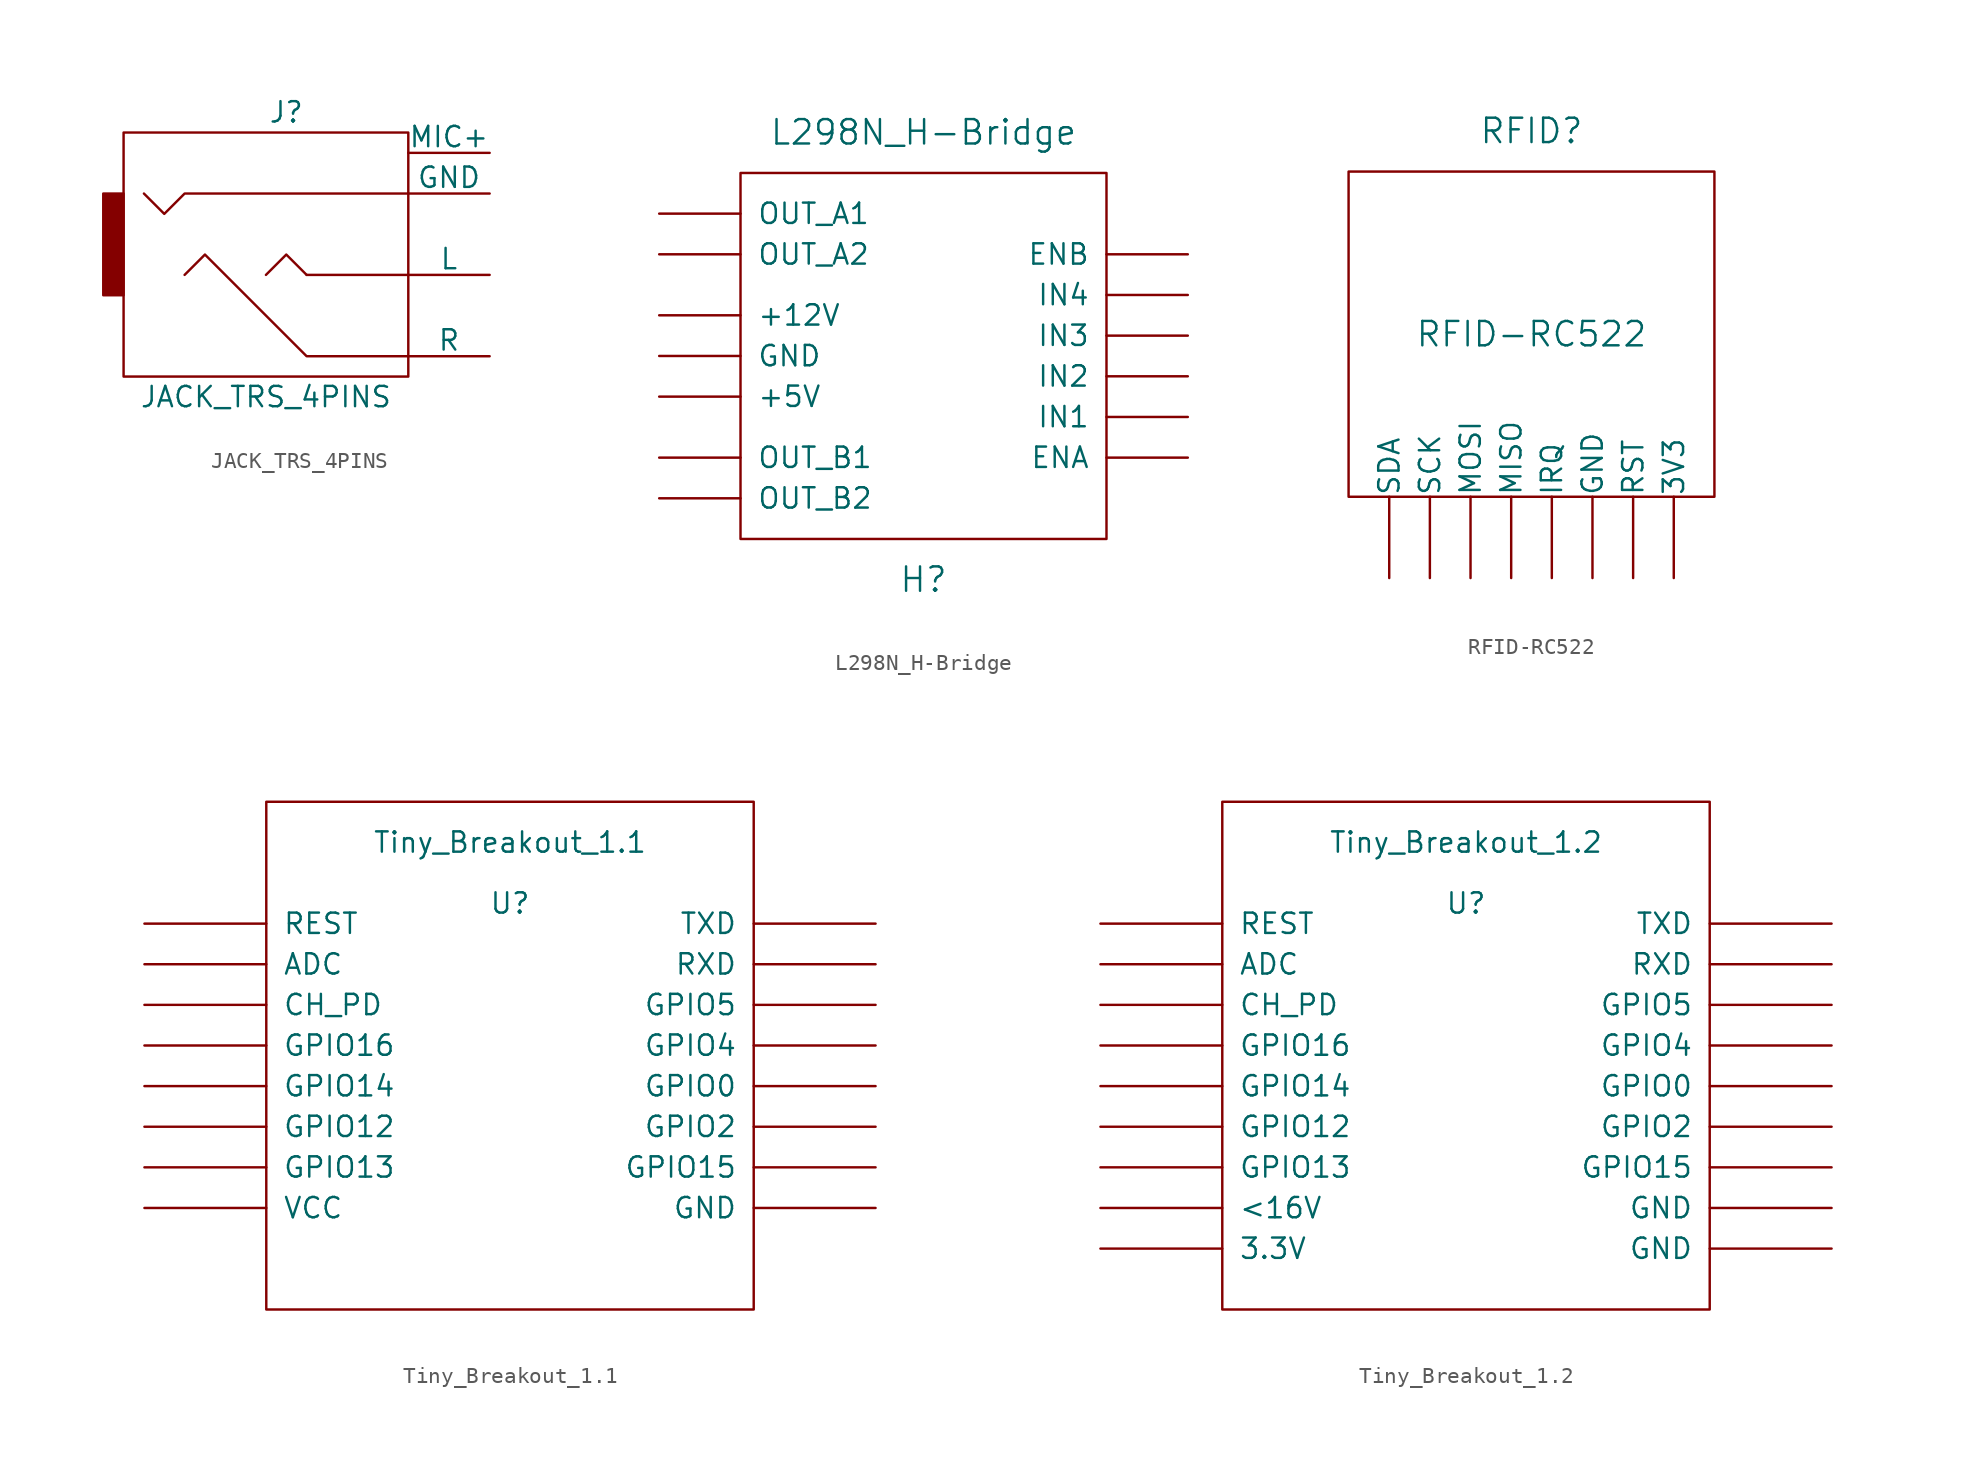
<source format=kicad_sym>
(kicad_symbol_lib
  (version 20231120)
  (generator "kicad_symbol_editor")
  (generator_version "8.0")
  (symbol "JACK_TRS_4PINS"
    (pin_numbers hide)
    (pin_names
      (offset 0))
    (property "Reference" "J"
      (at 0 10.16 0)
      (effects (font (size 1.27 1.27))))
    (property "Value" "JACK_TRS_4PINS"
      (at -1.27 -7.62 0)
      (effects (font (size 1.27 1.27))))
    (property "Footprint" ""
      (at 2.54 -3.81 0)
      (effects (font (size 1.27 1.27))))
    (property "Datasheet" ""
      (at 2.54 -3.81 0)
      (effects (font (size 1.27 1.27))))
    (symbol "JACK_TRS_4PINS_0_0"
      (polyline (pts (xy -8.89 5.08) (xy -7.62 3.81) (xy -6.35 5.08) (xy 7.62 5.08)) (stroke (width 0) (type solid)) (fill (type none)))
      (polyline (pts (xy -6.35 0) (xy -5.08 1.27) (xy 1.27 -5.08) (xy 7.62 -5.08)) (stroke (width 0) (type solid)) (fill (type none))))
    (symbol "JACK_TRS_4PINS_0_1"
      (rectangle (start -11.43 5.08) (end -10.16 -1.27) (stroke (width 0) (type solid)) (fill (type outline)))
      (polyline (pts (xy 1.27 0) (xy 7.62 0)) (stroke (width 0) (type solid)) (fill (type none)))
      (polyline (pts (xy 1.27 0) (xy 0 1.27) (xy -1.27 0) (xy -1.27 0)) (stroke (width 0) (type solid)) (fill (type none)))
      (rectangle (start 7.62 -6.35) (end -10.16 8.89) (stroke (width 0) (type solid)) (fill (type none))))
    (symbol "JACK_TRS_4PINS_1_1"
      (pin passive line (at 12.7 5.08 180) (length 5.08) (name "GND" (effects (font (size 1.27 1.27)))) (number "2" (effects (font (size 1.27 1.27)))))
      (pin passive line (at 12.7 -5.08 180) (length 5.08) (name "R" (effects (font (size 1.27 1.27)))) (number "3" (effects (font (size 1.27 1.27)))))
      (pin passive line (at 12.7 0 180) (length 5.08) (name "L" (effects (font (size 1.27 1.27)))) (number "4" (effects (font (size 1.27 1.27)))))
      (pin passive line (at 12.7 7.62 180) (length 5.08) (name "MIC+" (effects (font (size 1.27 1.27)))) (number "5" (effects (font (size 1.27 1.27)))))))
  (symbol "L298N_H-Bridge"
    (pin_numbers hide)
    (pin_names
      (offset 1.016))
    (property "Reference" "H"
      (at 0 -13.97 0)
      (effects (font (size 1.524 1.524))))
    (property "Value" "L298N_H-Bridge"
      (at 0 13.97 0)
      (effects (font (size 1.524 1.524))))
    (property "Footprint" ""
      (at 0 0 0)
      (effects (font (size 1.524 1.524))))
    (property "Datasheet" ""
      (at 0 0 0)
      (effects (font (size 1.524 1.524))))
    (symbol "L298N_H-Bridge_0_1"
      (rectangle (start -11.43 11.43) (end 11.43 -11.43) (stroke (width 0) (type solid)) (fill (type none))))
    (symbol "L298N_H-Bridge_1_1"
      (pin power_out line (at -16.51 8.89 0) (length 5.08) (name "OUT_A1" (effects (font (size 1.27 1.27)))) (number "1" (effects (font (size 1.27 1.27)))))
      (pin input line (at 16.51 -1.27 180) (length 5.08) (name "IN2" (effects (font (size 1.27 1.27)))) (number "10" (effects (font (size 1.27 1.27)))))
      (pin input line (at 16.51 1.27 180) (length 5.08) (name "IN3" (effects (font (size 1.27 1.27)))) (number "11" (effects (font (size 1.27 1.27)))))
      (pin input line (at 16.51 3.81 180) (length 5.08) (name "IN4" (effects (font (size 1.27 1.27)))) (number "12" (effects (font (size 1.27 1.27)))))
      (pin input line (at 16.51 6.35 180) (length 5.08) (name "ENB" (effects (font (size 1.27 1.27)))) (number "13" (effects (font (size 1.27 1.27)))))
      (pin power_out line (at -16.51 6.35 0) (length 5.08) (name "OUT_A2" (effects (font (size 1.27 1.27)))) (number "2" (effects (font (size 1.27 1.27)))))
      (pin power_in line (at -16.51 2.54 0) (length 5.08) (name "+12V" (effects (font (size 1.27 1.27)))) (number "3" (effects (font (size 1.27 1.27)))))
      (pin power_in line (at -16.51 0 0) (length 5.08) (name "GND" (effects (font (size 1.27 1.27)))) (number "4" (effects (font (size 1.27 1.27)))))
      (pin power_out line (at -16.51 -2.54 0) (length 5.08) (name "+5V" (effects (font (size 1.27 1.27)))) (number "5" (effects (font (size 1.27 1.27)))))
      (pin power_out line (at -16.51 -6.35 0) (length 5.08) (name "OUT_B1" (effects (font (size 1.27 1.27)))) (number "6" (effects (font (size 1.27 1.27)))))
      (pin power_out line (at -16.51 -8.89 0) (length 5.08) (name "OUT_B2" (effects (font (size 1.27 1.27)))) (number "7" (effects (font (size 1.27 1.27)))))
      (pin input line (at 16.51 -6.35 180) (length 5.08) (name "ENA" (effects (font (size 1.27 1.27)))) (number "8" (effects (font (size 1.27 1.27)))))
      (pin input line (at 16.51 -3.81 180) (length 5.08) (name "IN1" (effects (font (size 1.27 1.27)))) (number "9" (effects (font (size 1.27 1.27)))))))
  (symbol "RFID-RC522"
    (pin_numbers hide)
    (pin_names
      (offset 0.025))
    (property "Reference" "RFID"
      (at 0 12.7 0)
      (effects (font (size 1.524 1.524))))
    (property "Value" "RFID-RC522"
      (at 0 0 0)
      (effects (font (size 1.524 1.524))))
    (property "Footprint" ""
      (at 0 12.7 0)
      (effects (font (size 1.524 1.524))))
    (property "Datasheet" ""
      (at 0 12.7 0)
      (effects (font (size 1.524 1.524))))
    (symbol "RFID-RC522_0_1"
      (rectangle (start -11.43 -10.16) (end 11.43 10.16) (stroke (width 0) (type solid)) (fill (type none))))
    (symbol "RFID-RC522_1_1"
      (pin bidirectional line (at -8.89 -15.24 90) (length 5.08) (name "SDA" (effects (font (size 1.27 1.27)))) (number "1" (effects (font (size 1.27 1.27)))))
      (pin bidirectional line (at -6.35 -15.24 90) (length 5.08) (name "SCK" (effects (font (size 1.27 1.27)))) (number "2" (effects (font (size 1.27 1.27)))))
      (pin bidirectional line (at -3.81 -15.24 90) (length 5.08) (name "MOSI" (effects (font (size 1.27 1.27)))) (number "3" (effects (font (size 1.27 1.27)))))
      (pin bidirectional line (at -1.27 -15.24 90) (length 5.08) (name "MISO" (effects (font (size 1.27 1.27)))) (number "4" (effects (font (size 1.27 1.27)))))
      (pin bidirectional line (at 1.27 -15.24 90) (length 5.08) (name "IRQ" (effects (font (size 1.27 1.27)))) (number "5" (effects (font (size 1.27 1.27)))))
      (pin power_in line (at 3.81 -15.24 90) (length 5.08) (name "GND" (effects (font (size 1.27 1.27)))) (number "6" (effects (font (size 1.27 1.27)))))
      (pin input line (at 6.35 -15.24 90) (length 5.08) (name "RST" (effects (font (size 1.27 1.27)))) (number "7" (effects (font (size 1.27 1.27)))))
      (pin power_in line (at 8.89 -15.24 90) (length 5.08) (name "3V3" (effects (font (size 1.27 1.27)))) (number "8" (effects (font (size 1.27 1.27)))))))
  (symbol "Tiny_Breakout_1.1"
    (pin_numbers hide)
    (pin_names
      (offset 1.016))
    (property "Reference" "U"
      (at 0 8.89 0)
      (effects (font (size 1.27 1.27))))
    (property "Value" "Tiny_Breakout_1.1"
      (at 0 12.7 0)
      (effects (font (size 1.27 1.27))))
    (symbol "Tiny_Breakout_1.1_1_0"
      (rectangle (start -15.24 -16.51) (end 15.24 15.24) (stroke (width 0) (type solid)) (fill (type none))))
    (symbol "Tiny_Breakout_1.1_1_1"
      (pin input line (at -22.86 7.62 0) (length 7.62) (name "REST" (effects (font (size 1.27 1.27)))) (number "1" (effects (font (size 1.27 1.27)))))
      (pin bidirectional line (at 22.86 -7.62 180) (length 7.62) (name "GPIO15" (effects (font (size 1.27 1.27)))) (number "10" (effects (font (size 1.27 1.27)))))
      (pin bidirectional line (at 22.86 -5.08 180) (length 7.62) (name "GPIO2" (effects (font (size 1.27 1.27)))) (number "11" (effects (font (size 1.27 1.27)))))
      (pin bidirectional line (at 22.86 -2.54 180) (length 7.62) (name "GPIO0" (effects (font (size 1.27 1.27)))) (number "12" (effects (font (size 1.27 1.27)))))
      (pin bidirectional line (at 22.86 0 180) (length 7.62) (name "GPIO4" (effects (font (size 1.27 1.27)))) (number "13" (effects (font (size 1.27 1.27)))))
      (pin bidirectional line (at 22.86 2.54 180) (length 7.62) (name "GPIO5" (effects (font (size 1.27 1.27)))) (number "14" (effects (font (size 1.27 1.27)))))
      (pin input line (at 22.86 5.08 180) (length 7.62) (name "RXD" (effects (font (size 1.27 1.27)))) (number "15" (effects (font (size 1.27 1.27)))))
      (pin output line (at 22.86 7.62 180) (length 7.62) (name "TXD" (effects (font (size 1.27 1.27)))) (number "16" (effects (font (size 1.27 1.27)))))
      (pin passive line (at -22.86 5.08 0) (length 7.62) (name "ADC" (effects (font (size 1.27 1.27)))) (number "2" (effects (font (size 1.27 1.27)))))
      (pin input line (at -22.86 2.54 0) (length 7.62) (name "CH_PD" (effects (font (size 1.27 1.27)))) (number "3" (effects (font (size 1.27 1.27)))))
      (pin bidirectional line (at -22.86 0 0) (length 7.62) (name "GPIO16" (effects (font (size 1.27 1.27)))) (number "4" (effects (font (size 1.27 1.27)))))
      (pin bidirectional line (at -22.86 -2.54 0) (length 7.62) (name "GPIO14" (effects (font (size 1.27 1.27)))) (number "5" (effects (font (size 1.27 1.27)))))
      (pin bidirectional line (at -22.86 -5.08 0) (length 7.62) (name "GPIO12" (effects (font (size 1.27 1.27)))) (number "6" (effects (font (size 1.27 1.27)))))
      (pin bidirectional line (at -22.86 -7.62 0) (length 7.62) (name "GPIO13" (effects (font (size 1.27 1.27)))) (number "7" (effects (font (size 1.27 1.27)))))
      (pin power_in line (at -22.86 -10.16 0) (length 7.62) (name "VCC" (effects (font (size 1.27 1.27)))) (number "8" (effects (font (size 1.27 1.27)))))
      (pin power_in line (at 22.86 -10.16 180) (length 7.62) (name "GND" (effects (font (size 1.27 1.27)))) (number "9" (effects (font (size 1.27 1.27)))))))
  (symbol "Tiny_Breakout_1.2"
    (pin_numbers hide)
    (pin_names
      (offset 1.016))
    (property "Reference" "U"
      (at 0 8.89 0)
      (effects (font (size 1.27 1.27))))
    (property "Value" "Tiny_Breakout_1.2"
      (at 0 12.7 0)
      (effects (font (size 1.27 1.27))))
    (symbol "Tiny_Breakout_1.2_1_0"
      (rectangle (start -15.24 -16.51) (end 15.24 15.24) (stroke (width 0) (type solid)) (fill (type none))))
    (symbol "Tiny_Breakout_1.2_1_1"
      (pin input line (at -22.86 7.62 0) (length 7.62) (name "REST" (effects (font (size 1.27 1.27)))) (number "1" (effects (font (size 1.27 1.27)))))
      (pin power_in line (at 22.86 -12.7 180) (length 7.62) (name "GND" (effects (font (size 1.27 1.27)))) (number "10" (effects (font (size 1.27 1.27)))))
      (pin power_in line (at 22.86 -10.16 180) (length 7.62) (name "GND" (effects (font (size 1.27 1.27)))) (number "11" (effects (font (size 1.27 1.27)))))
      (pin bidirectional line (at 22.86 -7.62 180) (length 7.62) (name "GPIO15" (effects (font (size 1.27 1.27)))) (number "12" (effects (font (size 1.27 1.27)))))
      (pin bidirectional line (at 22.86 -5.08 180) (length 7.62) (name "GPIO2" (effects (font (size 1.27 1.27)))) (number "13" (effects (font (size 1.27 1.27)))))
      (pin bidirectional line (at 22.86 -2.54 180) (length 7.62) (name "GPIO0" (effects (font (size 1.27 1.27)))) (number "14" (effects (font (size 1.27 1.27)))))
      (pin bidirectional line (at 22.86 0 180) (length 7.62) (name "GPIO4" (effects (font (size 1.27 1.27)))) (number "15" (effects (font (size 1.27 1.27)))))
      (pin bidirectional line (at 22.86 2.54 180) (length 7.62) (name "GPIO5" (effects (font (size 1.27 1.27)))) (number "16" (effects (font (size 1.27 1.27)))))
      (pin input line (at 22.86 5.08 180) (length 7.62) (name "RXD" (effects (font (size 1.27 1.27)))) (number "17" (effects (font (size 1.27 1.27)))))
      (pin output line (at 22.86 7.62 180) (length 7.62) (name "TXD" (effects (font (size 1.27 1.27)))) (number "18" (effects (font (size 1.27 1.27)))))
      (pin passive line (at -22.86 5.08 0) (length 7.62) (name "ADC" (effects (font (size 1.27 1.27)))) (number "2" (effects (font (size 1.27 1.27)))))
      (pin input line (at -22.86 2.54 0) (length 7.62) (name "CH_PD" (effects (font (size 1.27 1.27)))) (number "3" (effects (font (size 1.27 1.27)))))
      (pin bidirectional line (at -22.86 0 0) (length 7.62) (name "GPIO16" (effects (font (size 1.27 1.27)))) (number "4" (effects (font (size 1.27 1.27)))))
      (pin bidirectional line (at -22.86 -2.54 0) (length 7.62) (name "GPIO14" (effects (font (size 1.27 1.27)))) (number "5" (effects (font (size 1.27 1.27)))))
      (pin bidirectional line (at -22.86 -5.08 0) (length 7.62) (name "GPIO12" (effects (font (size 1.27 1.27)))) (number "6" (effects (font (size 1.27 1.27)))))
      (pin bidirectional line (at -22.86 -7.62 0) (length 7.62) (name "GPIO13" (effects (font (size 1.27 1.27)))) (number "7" (effects (font (size 1.27 1.27)))))
      (pin power_in line (at -22.86 -10.16 0) (length 7.62) (name "<16V" (effects (font (size 1.27 1.27)))) (number "8" (effects (font (size 1.27 1.27)))))
      (pin power_in line (at -22.86 -12.7 0) (length 7.62) (name "3.3V" (effects (font (size 1.27 1.27)))) (number "9" (effects (font (size 1.27 1.27))))))))
</source>
